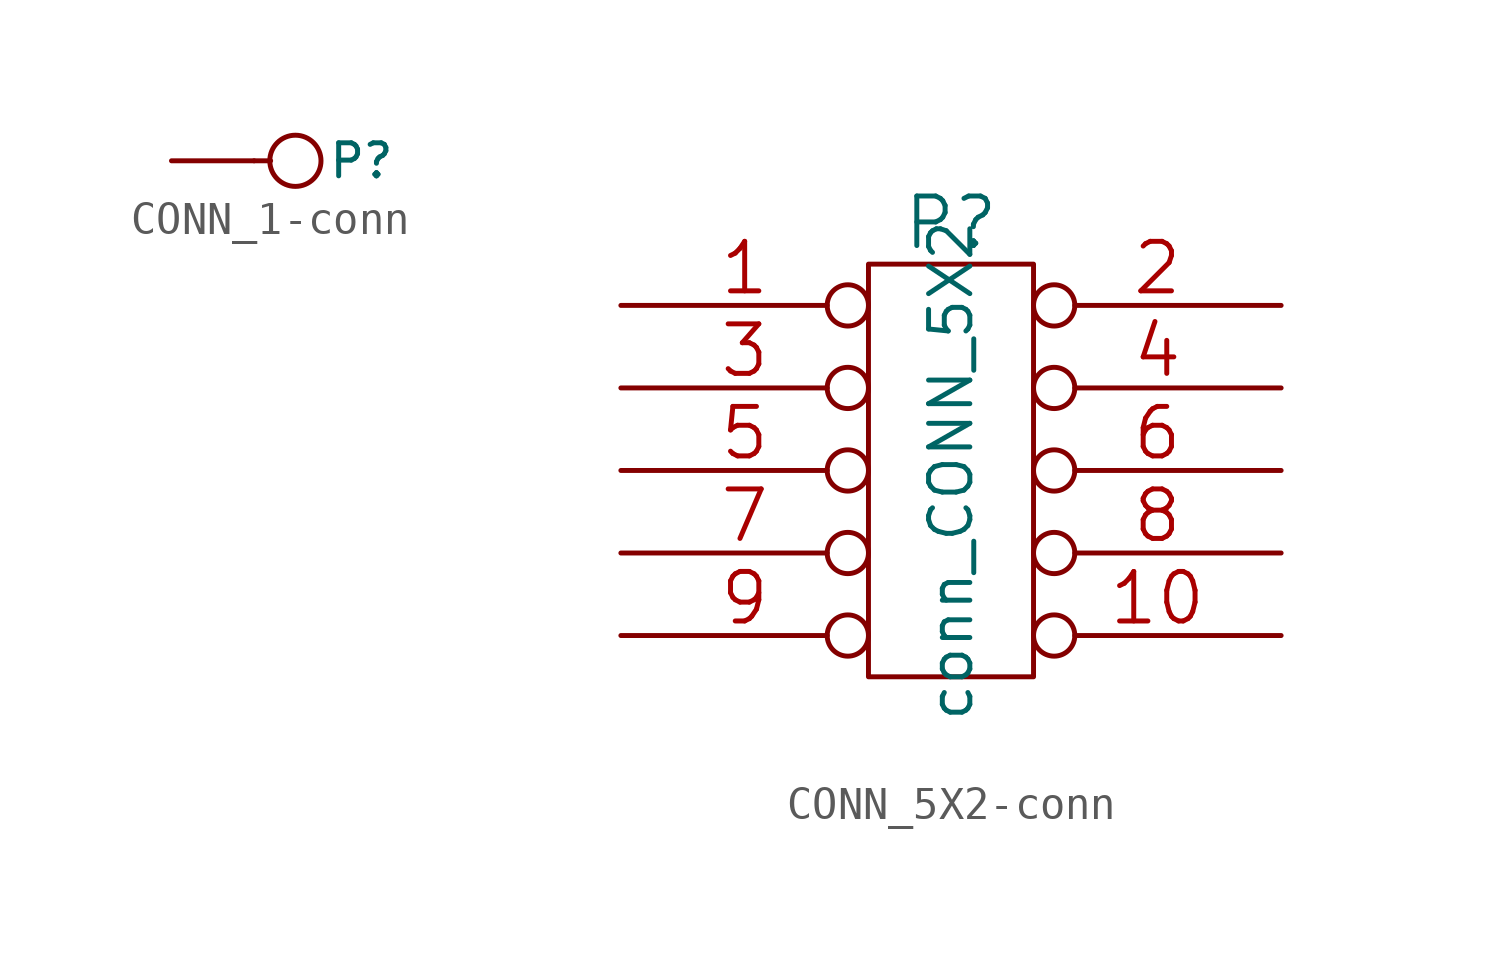
<source format=kicad_sym>
(kicad_symbol_lib
  (version 20220914)
  (generator kicad_symbol_editor)
  (symbol "CONN_1-conn"
    (pin_numbers hide)
    (pin_names
      (offset 0.762) hide)
    (property "Reference" "P"
      (at 2.032 0 0)
      (effects (font (size 1.016 1.016))))
    (symbol "CONN_1-conn_0_1"
      (polyline (pts (xy -0.762 0) (xy -1.27 0)) (stroke (width 0) (type solid)) (fill (type none)))
      (circle (center 0 0) (radius 0.787) (stroke (width 0) (type solid)) (fill (type none))))
    (symbol "CONN_1-conn_1_1"
      (pin passive line (at -3.81 0 0) (length 2.54) (name "1" (effects (font (size 1.524 1.524)))) (number "1" (effects (font (size 1.524 1.524)))))))
  (symbol "CONN_5X2-conn"
    (pin_names
      (offset 1.016))
    (property "Reference" "P"
      (at 0 7.62 0)
      (effects (font (size 1.524 1.524))))
    (property "Value" "conn_CONN_5X2"
      (at 0 0 90)
      (effects (font (size 1.27 1.27))))
    (symbol "CONN_5X2-conn_0_1"
      (rectangle (start -2.54 6.35) (end 2.54 -6.35) (stroke (width 0) (type solid)) (fill (type none))))
    (symbol "CONN_5X2-conn_1_1"
      (pin passive inverted (at -10.16 5.08 0) (length 7.62) (name "~" (effects (font (size 1.524 1.524)))) (number "1" (effects (font (size 1.524 1.524)))))
      (pin passive inverted (at 10.16 -5.08 180) (length 7.62) (name "~" (effects (font (size 1.524 1.524)))) (number "10" (effects (font (size 1.524 1.524)))))
      (pin passive inverted (at 10.16 5.08 180) (length 7.62) (name "~" (effects (font (size 1.524 1.524)))) (number "2" (effects (font (size 1.524 1.524)))))
      (pin passive inverted (at -10.16 2.54 0) (length 7.62) (name "~" (effects (font (size 1.524 1.524)))) (number "3" (effects (font (size 1.524 1.524)))))
      (pin passive inverted (at 10.16 2.54 180) (length 7.62) (name "~" (effects (font (size 1.524 1.524)))) (number "4" (effects (font (size 1.524 1.524)))))
      (pin passive inverted (at -10.16 0 0) (length 7.62) (name "~" (effects (font (size 1.524 1.524)))) (number "5" (effects (font (size 1.524 1.524)))))
      (pin passive inverted (at 10.16 0 180) (length 7.62) (name "~" (effects (font (size 1.524 1.524)))) (number "6" (effects (font (size 1.524 1.524)))))
      (pin passive inverted (at -10.16 -2.54 0) (length 7.62) (name "~" (effects (font (size 1.524 1.524)))) (number "7" (effects (font (size 1.524 1.524)))))
      (pin passive inverted (at 10.16 -2.54 180) (length 7.62) (name "~" (effects (font (size 1.524 1.524)))) (number "8" (effects (font (size 1.524 1.524)))))
      (pin passive inverted (at -10.16 -5.08 0) (length 7.62) (name "~" (effects (font (size 1.524 1.524)))) (number "9" (effects (font (size 1.524 1.524))))))))
</source>
